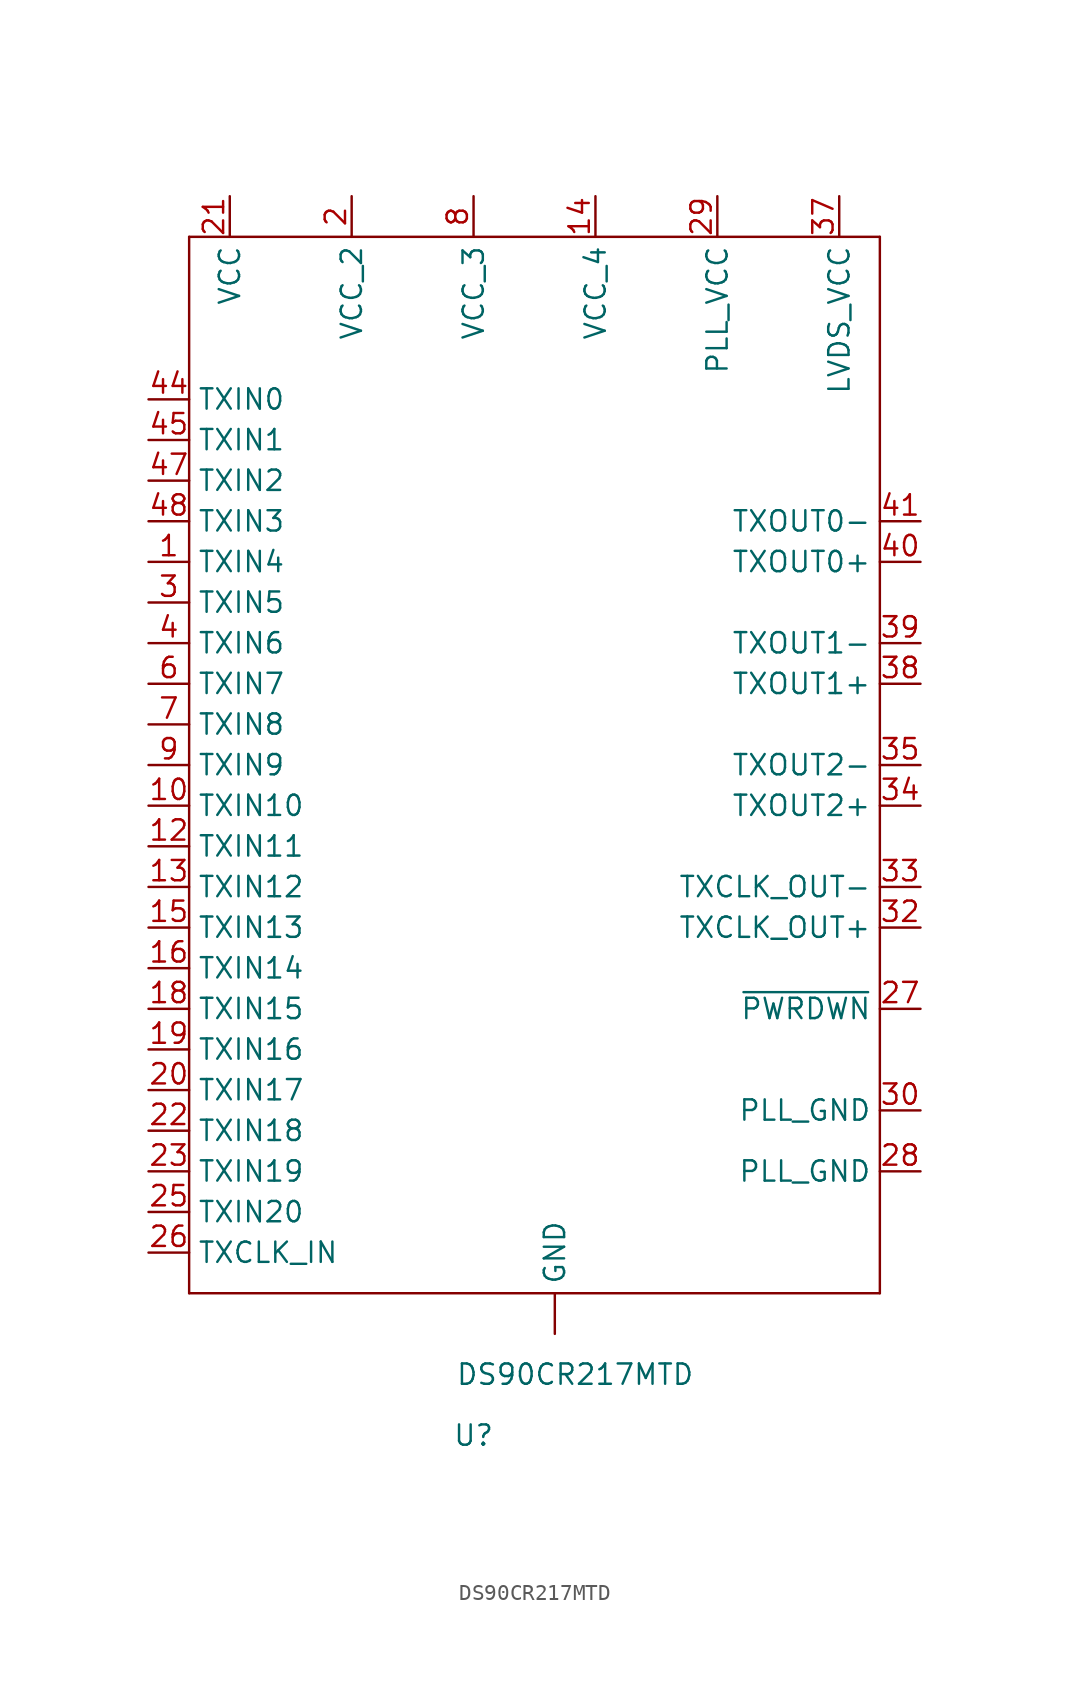
<source format=kicad_sym>
(kicad_symbol_lib
  (version 20201005)
  (generator kicad_symbol_editor)
  (symbol "proj_lib:DS90CR217MTD"
    (property "Reference" "U"
      (at -3.81 -41.91 0)
      (effects (font (size 1.27 1.27))))
    (property "Value" "DS90CR217MTD"
      (at 2.54 -38.1 0)
      (effects (font (size 1.27 1.27))))
    (symbol "DS90CR217MTD_0_0"
      (pin power_in line (at 24.13 -25.4 180) (length 2.54) (name "PLL_GND" (effects (font (size 1.27 1.27)))) (number "28" (effects (font (size 1.27 1.27)))))
      (pin power_in line (at 24.13 -21.59 180) (length 2.54) (name "PLL_GND" (effects (font (size 1.27 1.27)))) (number "30" (effects (font (size 1.27 1.27))))))
    (symbol "DS90CR217MTD_1_0"
      (polyline (pts (xy -21.59 -33.02) (xy 21.59 -33.02)) (stroke (width 0.152)) (fill (type none)))
      (polyline (pts (xy -21.59 33.02) (xy -21.59 -33.02)) (stroke (width 0.152)) (fill (type none)))
      (polyline (pts (xy 21.59 -33.02) (xy 21.59 33.02)) (stroke (width 0.152)) (fill (type none)))
      (polyline (pts (xy 21.59 33.02) (xy -21.59 33.02)) (stroke (width 0.152)) (fill (type none)))
      (pin input line (at -24.13 12.7 0) (length 2.54) (name "TXIN4" (effects (font (size 1.27 1.27)))) (number "1" (effects (font (size 1.27 1.27)))))
      (pin input line (at -24.13 -2.54 0) (length 2.54) (name "TXIN10" (effects (font (size 1.27 1.27)))) (number "10" (effects (font (size 1.27 1.27)))))
      (pin power_in line (at 1.27 -35.56 90) (length 2.54) (name "GND" (effects (font (size 1.27 1.27)))) (number "11" (effects (font (size 0 0)))))
      (pin input line (at -24.13 -5.08 0) (length 2.54) (name "TXIN11" (effects (font (size 1.27 1.27)))) (number "12" (effects (font (size 1.27 1.27)))))
      (pin input line (at -24.13 -7.62 0) (length 2.54) (name "TXIN12" (effects (font (size 1.27 1.27)))) (number "13" (effects (font (size 1.27 1.27)))))
      (pin power_in line (at 3.81 35.56 270) (length 2.54) (name "VCC_4" (effects (font (size 1.27 1.27)))) (number "14" (effects (font (size 1.27 1.27)))))
      (pin input line (at -24.13 -10.16 0) (length 2.54) (name "TXIN13" (effects (font (size 1.27 1.27)))) (number "15" (effects (font (size 1.27 1.27)))))
      (pin input line (at -24.13 -12.7 0) (length 2.54) (name "TXIN14" (effects (font (size 1.27 1.27)))) (number "16" (effects (font (size 1.27 1.27)))))
      (pin input line (at -24.13 -15.24 0) (length 2.54) (name "TXIN15" (effects (font (size 1.27 1.27)))) (number "18" (effects (font (size 1.27 1.27)))))
      (pin input line (at -24.13 -17.78 0) (length 2.54) (name "TXIN16" (effects (font (size 1.27 1.27)))) (number "19" (effects (font (size 1.27 1.27)))))
      (pin power_in line (at -11.43 35.56 270) (length 2.54) (name "VCC_2" (effects (font (size 1.27 1.27)))) (number "2" (effects (font (size 1.27 1.27)))))
      (pin input line (at -24.13 -20.32 0) (length 2.54) (name "TXIN17" (effects (font (size 1.27 1.27)))) (number "20" (effects (font (size 1.27 1.27)))))
      (pin power_in line (at -19.05 35.56 270) (length 2.54) (name "VCC" (effects (font (size 1.27 1.27)))) (number "21" (effects (font (size 1.27 1.27)))))
      (pin input line (at -24.13 -22.86 0) (length 2.54) (name "TXIN18" (effects (font (size 1.27 1.27)))) (number "22" (effects (font (size 1.27 1.27)))))
      (pin input line (at -24.13 -25.4 0) (length 2.54) (name "TXIN19" (effects (font (size 1.27 1.27)))) (number "23" (effects (font (size 1.27 1.27)))))
      (pin input line (at -24.13 -27.94 0) (length 2.54) (name "TXIN20" (effects (font (size 1.27 1.27)))) (number "25" (effects (font (size 1.27 1.27)))))
      (pin passive line (at -24.13 -30.48 0) (length 2.54) (name "TXCLK_IN" (effects (font (size 1.27 1.27)))) (number "26" (effects (font (size 1.27 1.27)))))
      (pin passive line (at 24.13 -15.24 180) (length 2.54) (name "~PWRDWN" (effects (font (size 1.27 1.27)))) (number "27" (effects (font (size 1.27 1.27)))))
      (pin power_in line (at 11.43 35.56 270) (length 2.54) (name "PLL_VCC" (effects (font (size 1.27 1.27)))) (number "29" (effects (font (size 1.27 1.27)))))
      (pin input line (at -24.13 10.16 0) (length 2.54) (name "TXIN5" (effects (font (size 1.27 1.27)))) (number "3" (effects (font (size 1.27 1.27)))))
      (pin output line (at 24.13 -10.16 180) (length 2.54) (name "TXCLK_OUT+" (effects (font (size 1.27 1.27)))) (number "32" (effects (font (size 1.27 1.27)))))
      (pin output line (at 24.13 -7.62 180) (length 2.54) (name "TXCLK_OUT-" (effects (font (size 1.27 1.27)))) (number "33" (effects (font (size 1.27 1.27)))))
      (pin output line (at 24.13 -2.54 180) (length 2.54) (name "TXOUT2+" (effects (font (size 1.27 1.27)))) (number "34" (effects (font (size 1.27 1.27)))))
      (pin output line (at 24.13 0 180) (length 2.54) (name "TXOUT2-" (effects (font (size 1.27 1.27)))) (number "35" (effects (font (size 1.27 1.27)))))
      (pin passive line (at 19.05 35.56 270) (length 2.54) (name "LVDS_VCC" (effects (font (size 1.27 1.27)))) (number "37" (effects (font (size 1.27 1.27)))))
      (pin output line (at 24.13 5.08 180) (length 2.54) (name "TXOUT1+" (effects (font (size 1.27 1.27)))) (number "38" (effects (font (size 1.27 1.27)))))
      (pin output line (at 24.13 7.62 180) (length 2.54) (name "TXOUT1-" (effects (font (size 1.27 1.27)))) (number "39" (effects (font (size 1.27 1.27)))))
      (pin input line (at -24.13 7.62 0) (length 2.54) (name "TXIN6" (effects (font (size 1.27 1.27)))) (number "4" (effects (font (size 1.27 1.27)))))
      (pin output line (at 24.13 12.7 180) (length 2.54) (name "TXOUT0+" (effects (font (size 1.27 1.27)))) (number "40" (effects (font (size 1.27 1.27)))))
      (pin output line (at 24.13 15.24 180) (length 2.54) (name "TXOUT0-" (effects (font (size 1.27 1.27)))) (number "41" (effects (font (size 1.27 1.27)))))
      (pin input line (at -24.13 22.86 0) (length 2.54) (name "TXIN0" (effects (font (size 1.27 1.27)))) (number "44" (effects (font (size 1.27 1.27)))))
      (pin input line (at -24.13 20.32 0) (length 2.54) (name "TXIN1" (effects (font (size 1.27 1.27)))) (number "45" (effects (font (size 1.27 1.27)))))
      (pin input line (at -24.13 17.78 0) (length 2.54) (name "TXIN2" (effects (font (size 1.27 1.27)))) (number "47" (effects (font (size 1.27 1.27)))))
      (pin input line (at -24.13 15.24 0) (length 2.54) (name "TXIN3" (effects (font (size 1.27 1.27)))) (number "48" (effects (font (size 1.27 1.27)))))
      (pin input line (at -24.13 5.08 0) (length 2.54) (name "TXIN7" (effects (font (size 1.27 1.27)))) (number "6" (effects (font (size 1.27 1.27)))))
      (pin input line (at -24.13 2.54 0) (length 2.54) (name "TXIN8" (effects (font (size 1.27 1.27)))) (number "7" (effects (font (size 1.27 1.27)))))
      (pin power_in line (at -3.81 35.56 270) (length 2.54) (name "VCC_3" (effects (font (size 1.27 1.27)))) (number "8" (effects (font (size 1.27 1.27)))))
      (pin input line (at -24.13 0 0) (length 2.54) (name "TXIN9" (effects (font (size 1.27 1.27)))) (number "9" (effects (font (size 1.27 1.27))))))))
</source>
